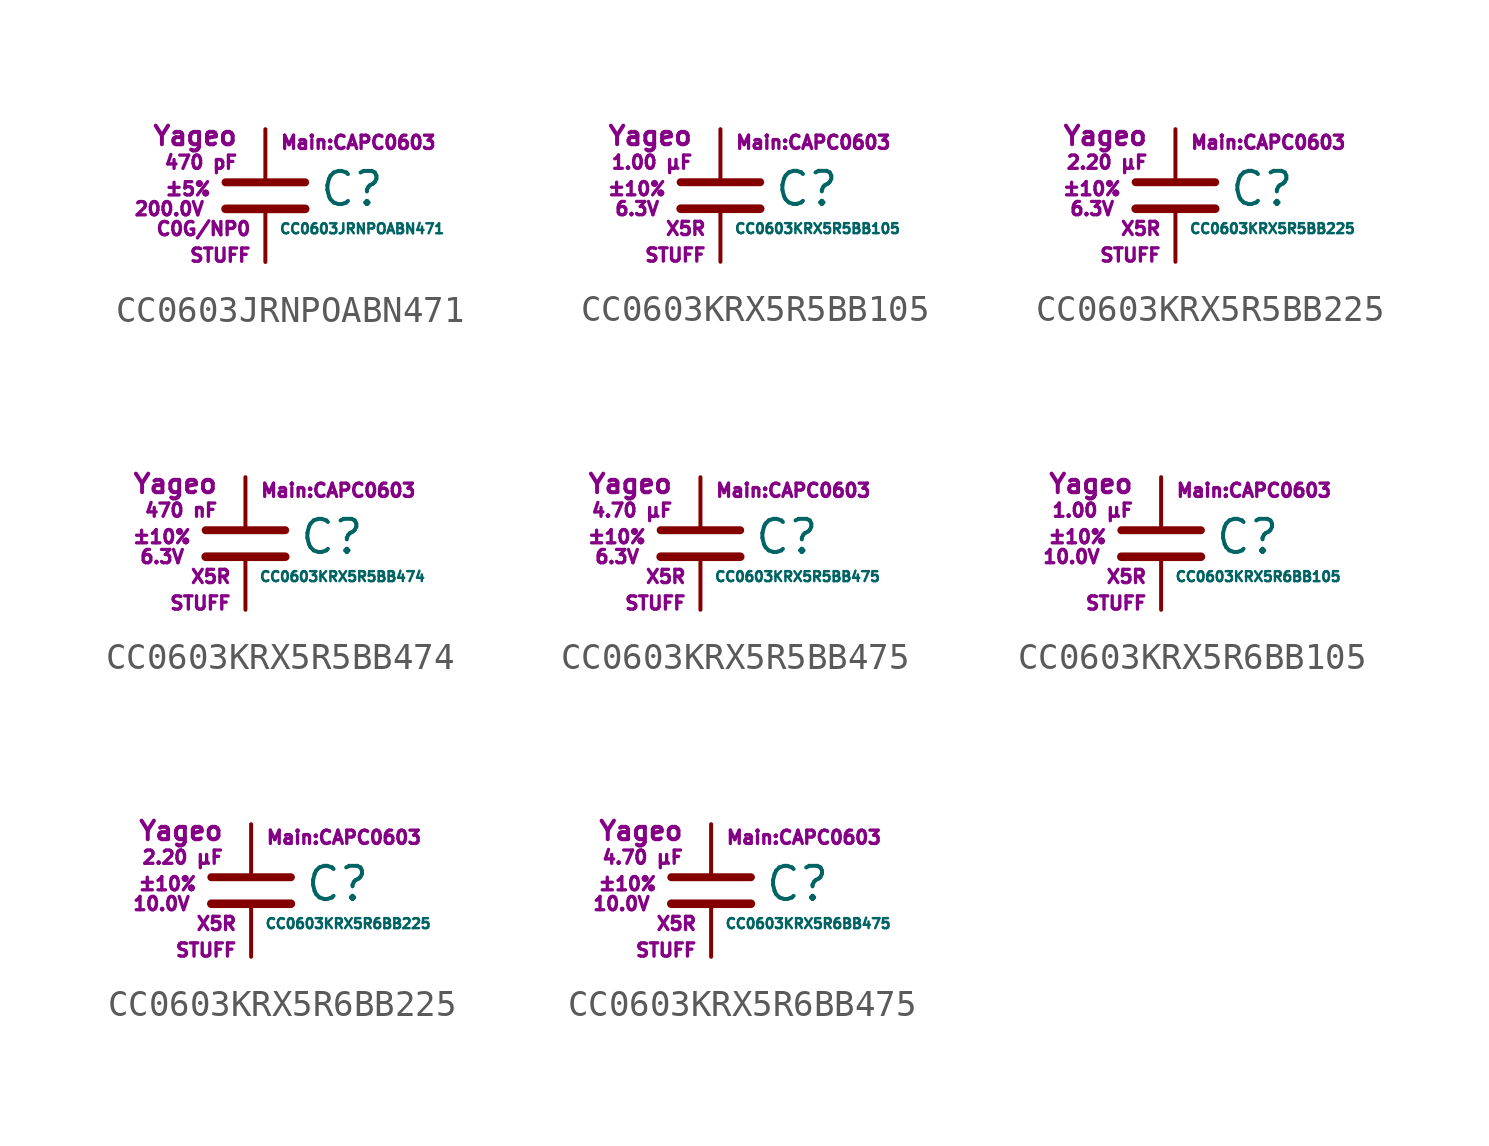
<source format=kicad_sym>
(kicad_symbol_lib
  (version 20211014)
  (generator kicad_symbol_editor)
  (symbol "CC0603JRNPOABN471"
    (pin_numbers hide)
    (pin_names
      (offset 0.254) hide)
    (property "Reference" "C"
      (at 2.032 0.254 0)
      (effects (font (size 1.27 1.27)) (justify left)))
    (property "Value" "CC0603JRNPOABN471"
      (at 0.508 -1.27 0)
      (effects (font (size 0.381 0.381)) (justify left)))
    (property "Footprint" "Main:CAPC0603"
      (at 3.556 2.032 0)
      (effects (font (size 0.508 0.508))))
    (property "Datasheet" ""
      (at 0.762 0.508 0)
      (effects (font (size 1.27 1.27))))
    (property "Manufacturer" "Yageo"
      (at -1.016 2.286 0)
      (effects (font (size 0.711 0.711)) (justify right)))
    (property "SKU" "STUFF"
      (at -0.508 -2.286 0)
      (effects (font (size 0.508 0.508)) (justify right)))
    (property "C" "470 pF"
      (at -1.016 1.27 0)
      (effects (font (size 0.508 0.508)) (justify right)))
    (property "Tol" "±5%"
      (at -2.032 0.254 0)
      (effects (font (size 0.508 0.508)) (justify right)))
    (property "Vmax" "200.0V"
      (at -2.286 -0.508 0)
      (effects (font (size 0.508 0.508)) (justify right)))
    (property "Type" "C0G/NP0"
      (at -0.508 -1.27 0)
      (effects (font (size 0.508 0.508)) (justify right)))
    (symbol "CC0603JRNPOABN471_0_1"
      (polyline (pts (xy -1.524 -0.508) (xy 1.524 -0.508)) (stroke (width 0.33) (type default) (color 0 0 0 0)) (fill (type none)))
      (polyline (pts (xy -1.524 0.508) (xy 1.524 0.508)) (stroke (width 0.305) (type default) (color 0 0 0 0)) (fill (type none))))
    (symbol "CC0603JRNPOABN471_1_1"
      (pin passive line (at 0 2.54 270) (length 1.905) (name "~" (effects (font (size 1.016 1.016)))) (number "1" (effects (font (size 1.016 1.016)))))
      (pin passive line (at 0 -2.54 90) (length 2.032) (name "~" (effects (font (size 1.016 1.016)))) (number "2" (effects (font (size 1.016 1.016)))))))
  (symbol "CC0603KRX5R5BB105"
    (pin_numbers hide)
    (pin_names
      (offset 0.254) hide)
    (property "Reference" "C"
      (at 2.032 0.254 0)
      (effects (font (size 1.27 1.27)) (justify left)))
    (property "Value" "CC0603KRX5R5BB105"
      (at 0.508 -1.27 0)
      (effects (font (size 0.381 0.381)) (justify left)))
    (property "Footprint" "Main:CAPC0603"
      (at 3.556 2.032 0)
      (effects (font (size 0.508 0.508))))
    (property "Datasheet" ""
      (at 0.762 0.508 0)
      (effects (font (size 1.27 1.27))))
    (property "Manufacturer" "Yageo"
      (at -1.016 2.286 0)
      (effects (font (size 0.711 0.711)) (justify right)))
    (property "SKU" "STUFF"
      (at -0.508 -2.286 0)
      (effects (font (size 0.508 0.508)) (justify right)))
    (property "C" "1.00 µF"
      (at -1.016 1.27 0)
      (effects (font (size 0.508 0.508)) (justify right)))
    (property "Tol" "±10%"
      (at -2.032 0.254 0)
      (effects (font (size 0.508 0.508)) (justify right)))
    (property "Vmax" "6.3V"
      (at -2.286 -0.508 0)
      (effects (font (size 0.508 0.508)) (justify right)))
    (property "Type" "X5R"
      (at -0.508 -1.27 0)
      (effects (font (size 0.508 0.508)) (justify right)))
    (symbol "CC0603KRX5R5BB105_0_1"
      (polyline (pts (xy -1.524 -0.508) (xy 1.524 -0.508)) (stroke (width 0.33) (type default) (color 0 0 0 0)) (fill (type none)))
      (polyline (pts (xy -1.524 0.508) (xy 1.524 0.508)) (stroke (width 0.305) (type default) (color 0 0 0 0)) (fill (type none))))
    (symbol "CC0603KRX5R5BB105_1_1"
      (pin passive line (at 0 2.54 270) (length 1.905) (name "~" (effects (font (size 1.016 1.016)))) (number "1" (effects (font (size 1.016 1.016)))))
      (pin passive line (at 0 -2.54 90) (length 2.032) (name "~" (effects (font (size 1.016 1.016)))) (number "2" (effects (font (size 1.016 1.016)))))))
  (symbol "CC0603KRX5R5BB225"
    (pin_numbers hide)
    (pin_names
      (offset 0.254) hide)
    (property "Reference" "C"
      (at 2.032 0.254 0)
      (effects (font (size 1.27 1.27)) (justify left)))
    (property "Value" "CC0603KRX5R5BB225"
      (at 0.508 -1.27 0)
      (effects (font (size 0.381 0.381)) (justify left)))
    (property "Footprint" "Main:CAPC0603"
      (at 3.556 2.032 0)
      (effects (font (size 0.508 0.508))))
    (property "Datasheet" ""
      (at 0.762 0.508 0)
      (effects (font (size 1.27 1.27))))
    (property "Manufacturer" "Yageo"
      (at -1.016 2.286 0)
      (effects (font (size 0.711 0.711)) (justify right)))
    (property "SKU" "STUFF"
      (at -0.508 -2.286 0)
      (effects (font (size 0.508 0.508)) (justify right)))
    (property "C" "2.20 µF"
      (at -1.016 1.27 0)
      (effects (font (size 0.508 0.508)) (justify right)))
    (property "Tol" "±10%"
      (at -2.032 0.254 0)
      (effects (font (size 0.508 0.508)) (justify right)))
    (property "Vmax" "6.3V"
      (at -2.286 -0.508 0)
      (effects (font (size 0.508 0.508)) (justify right)))
    (property "Type" "X5R"
      (at -0.508 -1.27 0)
      (effects (font (size 0.508 0.508)) (justify right)))
    (symbol "CC0603KRX5R5BB225_0_1"
      (polyline (pts (xy -1.524 -0.508) (xy 1.524 -0.508)) (stroke (width 0.33) (type default) (color 0 0 0 0)) (fill (type none)))
      (polyline (pts (xy -1.524 0.508) (xy 1.524 0.508)) (stroke (width 0.305) (type default) (color 0 0 0 0)) (fill (type none))))
    (symbol "CC0603KRX5R5BB225_1_1"
      (pin passive line (at 0 2.54 270) (length 1.905) (name "~" (effects (font (size 1.016 1.016)))) (number "1" (effects (font (size 1.016 1.016)))))
      (pin passive line (at 0 -2.54 90) (length 2.032) (name "~" (effects (font (size 1.016 1.016)))) (number "2" (effects (font (size 1.016 1.016)))))))
  (symbol "CC0603KRX5R5BB474"
    (pin_numbers hide)
    (pin_names
      (offset 0.254) hide)
    (property "Reference" "C"
      (at 2.032 0.254 0)
      (effects (font (size 1.27 1.27)) (justify left)))
    (property "Value" "CC0603KRX5R5BB474"
      (at 0.508 -1.27 0)
      (effects (font (size 0.381 0.381)) (justify left)))
    (property "Footprint" "Main:CAPC0603"
      (at 3.556 2.032 0)
      (effects (font (size 0.508 0.508))))
    (property "Datasheet" ""
      (at 0.762 0.508 0)
      (effects (font (size 1.27 1.27))))
    (property "Manufacturer" "Yageo"
      (at -1.016 2.286 0)
      (effects (font (size 0.711 0.711)) (justify right)))
    (property "SKU" "STUFF"
      (at -0.508 -2.286 0)
      (effects (font (size 0.508 0.508)) (justify right)))
    (property "C" "470 nF"
      (at -1.016 1.27 0)
      (effects (font (size 0.508 0.508)) (justify right)))
    (property "Tol" "±10%"
      (at -2.032 0.254 0)
      (effects (font (size 0.508 0.508)) (justify right)))
    (property "Vmax" "6.3V"
      (at -2.286 -0.508 0)
      (effects (font (size 0.508 0.508)) (justify right)))
    (property "Type" "X5R"
      (at -0.508 -1.27 0)
      (effects (font (size 0.508 0.508)) (justify right)))
    (symbol "CC0603KRX5R5BB474_0_1"
      (polyline (pts (xy -1.524 -0.508) (xy 1.524 -0.508)) (stroke (width 0.33) (type default) (color 0 0 0 0)) (fill (type none)))
      (polyline (pts (xy -1.524 0.508) (xy 1.524 0.508)) (stroke (width 0.305) (type default) (color 0 0 0 0)) (fill (type none))))
    (symbol "CC0603KRX5R5BB474_1_1"
      (pin passive line (at 0 2.54 270) (length 1.905) (name "~" (effects (font (size 1.016 1.016)))) (number "1" (effects (font (size 1.016 1.016)))))
      (pin passive line (at 0 -2.54 90) (length 2.032) (name "~" (effects (font (size 1.016 1.016)))) (number "2" (effects (font (size 1.016 1.016)))))))
  (symbol "CC0603KRX5R5BB475"
    (pin_numbers hide)
    (pin_names
      (offset 0.254) hide)
    (property "Reference" "C"
      (at 2.032 0.254 0)
      (effects (font (size 1.27 1.27)) (justify left)))
    (property "Value" "CC0603KRX5R5BB475"
      (at 0.508 -1.27 0)
      (effects (font (size 0.381 0.381)) (justify left)))
    (property "Footprint" "Main:CAPC0603"
      (at 3.556 2.032 0)
      (effects (font (size 0.508 0.508))))
    (property "Datasheet" ""
      (at 0.762 0.508 0)
      (effects (font (size 1.27 1.27))))
    (property "Manufacturer" "Yageo"
      (at -1.016 2.286 0)
      (effects (font (size 0.711 0.711)) (justify right)))
    (property "SKU" "STUFF"
      (at -0.508 -2.286 0)
      (effects (font (size 0.508 0.508)) (justify right)))
    (property "C" "4.70 µF"
      (at -1.016 1.27 0)
      (effects (font (size 0.508 0.508)) (justify right)))
    (property "Tol" "±10%"
      (at -2.032 0.254 0)
      (effects (font (size 0.508 0.508)) (justify right)))
    (property "Vmax" "6.3V"
      (at -2.286 -0.508 0)
      (effects (font (size 0.508 0.508)) (justify right)))
    (property "Type" "X5R"
      (at -0.508 -1.27 0)
      (effects (font (size 0.508 0.508)) (justify right)))
    (symbol "CC0603KRX5R5BB475_0_1"
      (polyline (pts (xy -1.524 -0.508) (xy 1.524 -0.508)) (stroke (width 0.33) (type default) (color 0 0 0 0)) (fill (type none)))
      (polyline (pts (xy -1.524 0.508) (xy 1.524 0.508)) (stroke (width 0.305) (type default) (color 0 0 0 0)) (fill (type none))))
    (symbol "CC0603KRX5R5BB475_1_1"
      (pin passive line (at 0 2.54 270) (length 1.905) (name "~" (effects (font (size 1.016 1.016)))) (number "1" (effects (font (size 1.016 1.016)))))
      (pin passive line (at 0 -2.54 90) (length 2.032) (name "~" (effects (font (size 1.016 1.016)))) (number "2" (effects (font (size 1.016 1.016)))))))
  (symbol "CC0603KRX5R6BB105"
    (pin_numbers hide)
    (pin_names
      (offset 0.254) hide)
    (property "Reference" "C"
      (at 2.032 0.254 0)
      (effects (font (size 1.27 1.27)) (justify left)))
    (property "Value" "CC0603KRX5R6BB105"
      (at 0.508 -1.27 0)
      (effects (font (size 0.381 0.381)) (justify left)))
    (property "Footprint" "Main:CAPC0603"
      (at 3.556 2.032 0)
      (effects (font (size 0.508 0.508))))
    (property "Datasheet" ""
      (at 0.762 0.508 0)
      (effects (font (size 1.27 1.27))))
    (property "Manufacturer" "Yageo"
      (at -1.016 2.286 0)
      (effects (font (size 0.711 0.711)) (justify right)))
    (property "SKU" "STUFF"
      (at -0.508 -2.286 0)
      (effects (font (size 0.508 0.508)) (justify right)))
    (property "C" "1.00 µF"
      (at -1.016 1.27 0)
      (effects (font (size 0.508 0.508)) (justify right)))
    (property "Tol" "±10%"
      (at -2.032 0.254 0)
      (effects (font (size 0.508 0.508)) (justify right)))
    (property "Vmax" "10.0V"
      (at -2.286 -0.508 0)
      (effects (font (size 0.508 0.508)) (justify right)))
    (property "Type" "X5R"
      (at -0.508 -1.27 0)
      (effects (font (size 0.508 0.508)) (justify right)))
    (symbol "CC0603KRX5R6BB105_0_1"
      (polyline (pts (xy -1.524 -0.508) (xy 1.524 -0.508)) (stroke (width 0.33) (type default) (color 0 0 0 0)) (fill (type none)))
      (polyline (pts (xy -1.524 0.508) (xy 1.524 0.508)) (stroke (width 0.305) (type default) (color 0 0 0 0)) (fill (type none))))
    (symbol "CC0603KRX5R6BB105_1_1"
      (pin passive line (at 0 2.54 270) (length 1.905) (name "~" (effects (font (size 1.016 1.016)))) (number "1" (effects (font (size 1.016 1.016)))))
      (pin passive line (at 0 -2.54 90) (length 2.032) (name "~" (effects (font (size 1.016 1.016)))) (number "2" (effects (font (size 1.016 1.016)))))))
  (symbol "CC0603KRX5R6BB225"
    (pin_numbers hide)
    (pin_names
      (offset 0.254) hide)
    (property "Reference" "C"
      (at 2.032 0.254 0)
      (effects (font (size 1.27 1.27)) (justify left)))
    (property "Value" "CC0603KRX5R6BB225"
      (at 0.508 -1.27 0)
      (effects (font (size 0.381 0.381)) (justify left)))
    (property "Footprint" "Main:CAPC0603"
      (at 3.556 2.032 0)
      (effects (font (size 0.508 0.508))))
    (property "Datasheet" ""
      (at 0.762 0.508 0)
      (effects (font (size 1.27 1.27))))
    (property "Manufacturer" "Yageo"
      (at -1.016 2.286 0)
      (effects (font (size 0.711 0.711)) (justify right)))
    (property "SKU" "STUFF"
      (at -0.508 -2.286 0)
      (effects (font (size 0.508 0.508)) (justify right)))
    (property "C" "2.20 µF"
      (at -1.016 1.27 0)
      (effects (font (size 0.508 0.508)) (justify right)))
    (property "Tol" "±10%"
      (at -2.032 0.254 0)
      (effects (font (size 0.508 0.508)) (justify right)))
    (property "Vmax" "10.0V"
      (at -2.286 -0.508 0)
      (effects (font (size 0.508 0.508)) (justify right)))
    (property "Type" "X5R"
      (at -0.508 -1.27 0)
      (effects (font (size 0.508 0.508)) (justify right)))
    (symbol "CC0603KRX5R6BB225_0_1"
      (polyline (pts (xy -1.524 -0.508) (xy 1.524 -0.508)) (stroke (width 0.33) (type default) (color 0 0 0 0)) (fill (type none)))
      (polyline (pts (xy -1.524 0.508) (xy 1.524 0.508)) (stroke (width 0.305) (type default) (color 0 0 0 0)) (fill (type none))))
    (symbol "CC0603KRX5R6BB225_1_1"
      (pin passive line (at 0 2.54 270) (length 1.905) (name "~" (effects (font (size 1.016 1.016)))) (number "1" (effects (font (size 1.016 1.016)))))
      (pin passive line (at 0 -2.54 90) (length 2.032) (name "~" (effects (font (size 1.016 1.016)))) (number "2" (effects (font (size 1.016 1.016)))))))
  (symbol "CC0603KRX5R6BB475"
    (pin_numbers hide)
    (pin_names
      (offset 0.254) hide)
    (property "Reference" "C"
      (at 2.032 0.254 0)
      (effects (font (size 1.27 1.27)) (justify left)))
    (property "Value" "CC0603KRX5R6BB475"
      (at 0.508 -1.27 0)
      (effects (font (size 0.381 0.381)) (justify left)))
    (property "Footprint" "Main:CAPC0603"
      (at 3.556 2.032 0)
      (effects (font (size 0.508 0.508))))
    (property "Datasheet" ""
      (at 0.762 0.508 0)
      (effects (font (size 1.27 1.27))))
    (property "Manufacturer" "Yageo"
      (at -1.016 2.286 0)
      (effects (font (size 0.711 0.711)) (justify right)))
    (property "SKU" "STUFF"
      (at -0.508 -2.286 0)
      (effects (font (size 0.508 0.508)) (justify right)))
    (property "C" "4.70 µF"
      (at -1.016 1.27 0)
      (effects (font (size 0.508 0.508)) (justify right)))
    (property "Tol" "±10%"
      (at -2.032 0.254 0)
      (effects (font (size 0.508 0.508)) (justify right)))
    (property "Vmax" "10.0V"
      (at -2.286 -0.508 0)
      (effects (font (size 0.508 0.508)) (justify right)))
    (property "Type" "X5R"
      (at -0.508 -1.27 0)
      (effects (font (size 0.508 0.508)) (justify right)))
    (symbol "CC0603KRX5R6BB475_0_1"
      (polyline (pts (xy -1.524 -0.508) (xy 1.524 -0.508)) (stroke (width 0.33) (type default) (color 0 0 0 0)) (fill (type none)))
      (polyline (pts (xy -1.524 0.508) (xy 1.524 0.508)) (stroke (width 0.305) (type default) (color 0 0 0 0)) (fill (type none))))
    (symbol "CC0603KRX5R6BB475_1_1"
      (pin passive line (at 0 2.54 270) (length 1.905) (name "~" (effects (font (size 1.016 1.016)))) (number "1" (effects (font (size 1.016 1.016)))))
      (pin passive line (at 0 -2.54 90) (length 2.032) (name "~" (effects (font (size 1.016 1.016)))) (number "2" (effects (font (size 1.016 1.016))))))))
</source>
